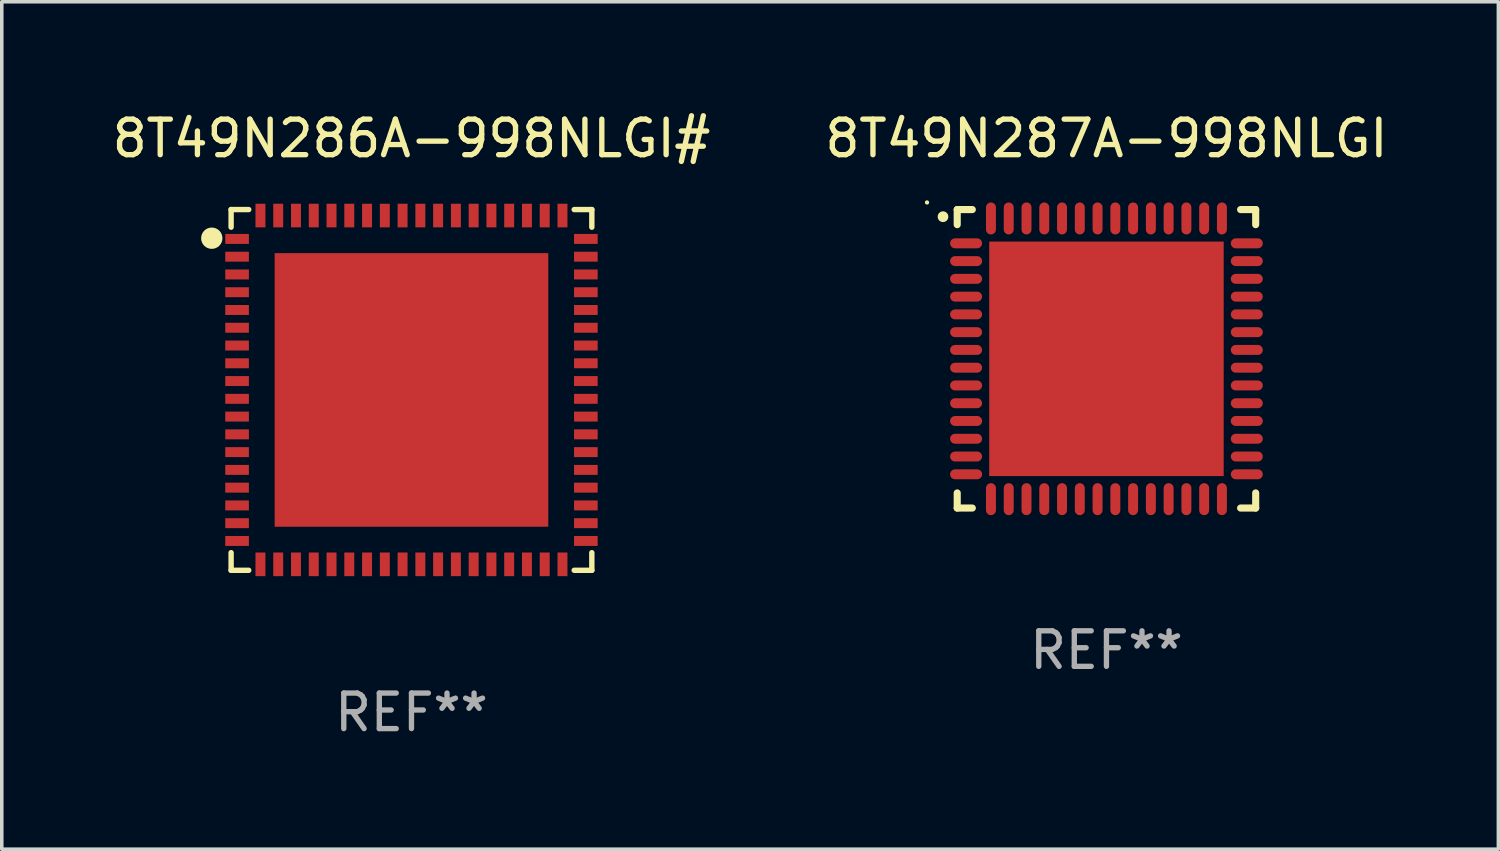
<source format=kicad_pcb>
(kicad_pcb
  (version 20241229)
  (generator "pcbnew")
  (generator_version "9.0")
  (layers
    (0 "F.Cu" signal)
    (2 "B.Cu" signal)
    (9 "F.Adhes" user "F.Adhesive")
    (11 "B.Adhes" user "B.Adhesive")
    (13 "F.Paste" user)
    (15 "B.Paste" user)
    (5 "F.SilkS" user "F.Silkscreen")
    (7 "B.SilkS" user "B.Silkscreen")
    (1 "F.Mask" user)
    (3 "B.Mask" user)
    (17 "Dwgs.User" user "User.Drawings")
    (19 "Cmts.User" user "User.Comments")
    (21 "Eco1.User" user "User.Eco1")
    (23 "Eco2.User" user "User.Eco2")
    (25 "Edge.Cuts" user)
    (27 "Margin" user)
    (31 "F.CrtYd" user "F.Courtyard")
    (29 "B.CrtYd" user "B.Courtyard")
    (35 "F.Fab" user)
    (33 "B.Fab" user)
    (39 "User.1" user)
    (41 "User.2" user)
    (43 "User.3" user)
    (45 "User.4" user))
  (footprint "8T49N286A-998NLGI#"
    (layer "F.Cu")
    (at 8.53 7.924)
    (property "Reference" "8T49N286A-998NLGI#" (at 0 -7.076 0) (layer "F.SilkS") (effects (font (size 1 1) (thickness 0.15))))
    (attr through_hole)
    (fp_line (start -5.076 -5.076) (end -5.076 -4.58) (stroke (width 0.152) (type solid)) (layer "F.SilkS"))
    (fp_line (start -5.076 5.076) (end -5.076 4.58) (stroke (width 0.152) (type solid)) (layer "F.SilkS"))
    (fp_line (start -4.58 -5.076) (end -5.076 -5.076) (stroke (width 0.152) (type solid)) (layer "F.SilkS"))
    (fp_line (start -4.58 5.076) (end -5.076 5.076) (stroke (width 0.152) (type solid)) (layer "F.SilkS"))
    (fp_line (start 4.58 -5.076) (end 5.076 -5.076) (stroke (width 0.152) (type solid)) (layer "F.SilkS"))
    (fp_line (start 4.58 5.076) (end 5.076 5.076) (stroke (width 0.152) (type solid)) (layer "F.SilkS"))
    (fp_line (start 5.076 -5.076) (end 5.076 -4.58) (stroke (width 0.152) (type solid)) (layer "F.SilkS"))
    (fp_line (start 5.076 5.076) (end 5.076 4.58) (stroke (width 0.152) (type solid)) (layer "F.SilkS"))
    (fp_circle (center -5.62 -4.27) (end -5.47 -4.27) (stroke (width 0.3) (type solid)) (fill no) (layer "F.SilkS"))
    (fp_text user "REF**" (at 0 9.076 0) (layer "F.Fab") (effects (font (size 1 1) (thickness 0.15))))
    (pad "1" smd rect (at -4.908 -4.25 270) (size 0.28 0.665) (layers "F.Cu" "F.Mask" "F.Paste"))
    (pad "2" smd rect (at -4.908 -3.75 270) (size 0.28 0.665) (layers "F.Cu" "F.Mask" "F.Paste"))
    (pad "3" smd rect (at -4.908 -3.25 270) (size 0.28 0.665) (layers "F.Cu" "F.Mask" "F.Paste"))
    (pad "4" smd rect (at -4.908 -2.75 270) (size 0.28 0.665) (layers "F.Cu" "F.Mask" "F.Paste"))
    (pad "5" smd rect (at -4.908 -2.25 270) (size 0.28 0.665) (layers "F.Cu" "F.Mask" "F.Paste"))
    (pad "6" smd rect (at -4.908 -1.75 270) (size 0.28 0.665) (layers "F.Cu" "F.Mask" "F.Paste"))
    (pad "7" smd rect (at -4.908 -1.25 270) (size 0.28 0.665) (layers "F.Cu" "F.Mask" "F.Paste"))
    (pad "8" smd rect (at -4.908 -0.75 270) (size 0.28 0.665) (layers "F.Cu" "F.Mask" "F.Paste"))
    (pad "9" smd rect (at -4.908 -0.25 270) (size 0.28 0.665) (layers "F.Cu" "F.Mask" "F.Paste"))
    (pad "10" smd rect (at -4.908 0.25 270) (size 0.28 0.665) (layers "F.Cu" "F.Mask" "F.Paste"))
    (pad "11" smd rect (at -4.908 0.75 270) (size 0.28 0.665) (layers "F.Cu" "F.Mask" "F.Paste"))
    (pad "12" smd rect (at -4.908 1.25 270) (size 0.28 0.665) (layers "F.Cu" "F.Mask" "F.Paste"))
    (pad "13" smd rect (at -4.908 1.75 270) (size 0.28 0.665) (layers "F.Cu" "F.Mask" "F.Paste"))
    (pad "14" smd rect (at -4.908 2.25 270) (size 0.28 0.665) (layers "F.Cu" "F.Mask" "F.Paste"))
    (pad "15" smd rect (at -4.908 2.75 270) (size 0.28 0.665) (layers "F.Cu" "F.Mask" "F.Paste"))
    (pad "16" smd rect (at -4.908 3.25 270) (size 0.28 0.665) (layers "F.Cu" "F.Mask" "F.Paste"))
    (pad "17" smd rect (at -4.908 3.75 270) (size 0.28 0.665) (layers "F.Cu" "F.Mask" "F.Paste"))
    (pad "18" smd rect (at -4.908 4.25 270) (size 0.28 0.665) (layers "F.Cu" "F.Mask" "F.Paste"))
    (pad "19" smd rect (at -4.25 4.908 270) (size 0.665 0.28) (layers "F.Cu" "F.Mask" "F.Paste"))
    (pad "20" smd rect (at -3.75 4.908 270) (size 0.665 0.28) (layers "F.Cu" "F.Mask" "F.Paste"))
    (pad "21" smd rect (at -3.25 4.908 270) (size 0.665 0.28) (layers "F.Cu" "F.Mask" "F.Paste"))
    (pad "22" smd rect (at -2.75 4.908 270) (size 0.665 0.28) (layers "F.Cu" "F.Mask" "F.Paste"))
    (pad "23" smd rect (at -2.25 4.908 270) (size 0.665 0.28) (layers "F.Cu" "F.Mask" "F.Paste"))
    (pad "24" smd rect (at -1.75 4.908 270) (size 0.665 0.28) (layers "F.Cu" "F.Mask" "F.Paste"))
    (pad "25" smd rect (at -1.25 4.908 270) (size 0.665 0.28) (layers "F.Cu" "F.Mask" "F.Paste"))
    (pad "26" smd rect (at -0.75 4.908 270) (size 0.665 0.28) (layers "F.Cu" "F.Mask" "F.Paste"))
    (pad "27" smd rect (at -0.25 4.908 270) (size 0.665 0.28) (layers "F.Cu" "F.Mask" "F.Paste"))
    (pad "28" smd rect (at 0.25 4.908 270) (size 0.665 0.28) (layers "F.Cu" "F.Mask" "F.Paste"))
    (pad "29" smd rect (at 0.75 4.908 270) (size 0.665 0.28) (layers "F.Cu" "F.Mask" "F.Paste"))
    (pad "30" smd rect (at 1.25 4.908 270) (size 0.665 0.28) (layers "F.Cu" "F.Mask" "F.Paste"))
    (pad "31" smd rect (at 1.75 4.908 270) (size 0.665 0.28) (layers "F.Cu" "F.Mask" "F.Paste"))
    (pad "32" smd rect (at 2.25 4.908 270) (size 0.665 0.28) (layers "F.Cu" "F.Mask" "F.Paste"))
    (pad "33" smd rect (at 2.75 4.908 270) (size 0.665 0.28) (layers "F.Cu" "F.Mask" "F.Paste"))
    (pad "34" smd rect (at 3.25 4.908 270) (size 0.665 0.28) (layers "F.Cu" "F.Mask" "F.Paste"))
    (pad "35" smd rect (at 3.75 4.908 270) (size 0.665 0.28) (layers "F.Cu" "F.Mask" "F.Paste"))
    (pad "36" smd rect (at 4.25 4.908 270) (size 0.665 0.28) (layers "F.Cu" "F.Mask" "F.Paste"))
    (pad "37" smd rect (at 4.908 4.25 270) (size 0.28 0.665) (layers "F.Cu" "F.Mask" "F.Paste"))
    (pad "38" smd rect (at 4.908 3.75 270) (size 0.28 0.665) (layers "F.Cu" "F.Mask" "F.Paste"))
    (pad "39" smd rect (at 4.908 3.25 270) (size 0.28 0.665) (layers "F.Cu" "F.Mask" "F.Paste"))
    (pad "40" smd rect (at 4.908 2.75 270) (size 0.28 0.665) (layers "F.Cu" "F.Mask" "F.Paste"))
    (pad "41" smd rect (at 4.908 2.25 270) (size 0.28 0.665) (layers "F.Cu" "F.Mask" "F.Paste"))
    (pad "42" smd rect (at 4.908 1.75 270) (size 0.28 0.665) (layers "F.Cu" "F.Mask" "F.Paste"))
    (pad "43" smd rect (at 4.908 1.25 270) (size 0.28 0.665) (layers "F.Cu" "F.Mask" "F.Paste"))
    (pad "44" smd rect (at 4.908 0.75 270) (size 0.28 0.665) (layers "F.Cu" "F.Mask" "F.Paste"))
    (pad "45" smd rect (at 4.908 0.25 270) (size 0.28 0.665) (layers "F.Cu" "F.Mask" "F.Paste"))
    (pad "46" smd rect (at 4.908 -0.25 270) (size 0.28 0.665) (layers "F.Cu" "F.Mask" "F.Paste"))
    (pad "47" smd rect (at 4.908 -0.75 270) (size 0.28 0.665) (layers "F.Cu" "F.Mask" "F.Paste"))
    (pad "48" smd rect (at 4.908 -1.25 270) (size 0.28 0.665) (layers "F.Cu" "F.Mask" "F.Paste"))
    (pad "49" smd rect (at 4.908 -1.75 270) (size 0.28 0.665) (layers "F.Cu" "F.Mask" "F.Paste"))
    (pad "50" smd rect (at 4.908 -2.25 270) (size 0.28 0.665) (layers "F.Cu" "F.Mask" "F.Paste"))
    (pad "51" smd rect (at 4.908 -2.75 270) (size 0.28 0.665) (layers "F.Cu" "F.Mask" "F.Paste"))
    (pad "52" smd rect (at 4.908 -3.25 270) (size 0.28 0.665) (layers "F.Cu" "F.Mask" "F.Paste"))
    (pad "53" smd rect (at 4.908 -3.75 270) (size 0.28 0.665) (layers "F.Cu" "F.Mask" "F.Paste"))
    (pad "54" smd rect (at 4.908 -4.25 270) (size 0.28 0.665) (layers "F.Cu" "F.Mask" "F.Paste"))
    (pad "55" smd rect (at 4.25 -4.908 270) (size 0.665 0.28) (layers "F.Cu" "F.Mask" "F.Paste"))
    (pad "56" smd rect (at 3.75 -4.908 270) (size 0.665 0.28) (layers "F.Cu" "F.Mask" "F.Paste"))
    (pad "57" smd rect (at 3.25 -4.908 270) (size 0.665 0.28) (layers "F.Cu" "F.Mask" "F.Paste"))
    (pad "58" smd rect (at 2.75 -4.908 270) (size 0.665 0.28) (layers "F.Cu" "F.Mask" "F.Paste"))
    (pad "59" smd rect (at 2.25 -4.908 270) (size 0.665 0.28) (layers "F.Cu" "F.Mask" "F.Paste"))
    (pad "60" smd rect (at 1.75 -4.908 270) (size 0.665 0.28) (layers "F.Cu" "F.Mask" "F.Paste"))
    (pad "61" smd rect (at 1.25 -4.908 270) (size 0.665 0.28) (layers "F.Cu" "F.Mask" "F.Paste"))
    (pad "62" smd rect (at 0.75 -4.908 270) (size 0.665 0.28) (layers "F.Cu" "F.Mask" "F.Paste"))
    (pad "63" smd rect (at 0.25 -4.908 270) (size 0.665 0.28) (layers "F.Cu" "F.Mask" "F.Paste"))
    (pad "64" smd rect (at -0.25 -4.908 270) (size 0.665 0.28) (layers "F.Cu" "F.Mask" "F.Paste"))
    (pad "65" smd rect (at -0.75 -4.908 270) (size 0.665 0.28) (layers "F.Cu" "F.Mask" "F.Paste"))
    (pad "66" smd rect (at -1.25 -4.908 270) (size 0.665 0.28) (layers "F.Cu" "F.Mask" "F.Paste"))
    (pad "67" smd rect (at -1.75 -4.908 270) (size 0.665 0.28) (layers "F.Cu" "F.Mask" "F.Paste"))
    (pad "68" smd rect (at -2.25 -4.908 270) (size 0.665 0.28) (layers "F.Cu" "F.Mask" "F.Paste"))
    (pad "69" smd rect (at -2.75 -4.908 270) (size 0.665 0.28) (layers "F.Cu" "F.Mask" "F.Paste"))
    (pad "70" smd rect (at -3.25 -4.908 270) (size 0.665 0.28) (layers "F.Cu" "F.Mask" "F.Paste"))
    (pad "71" smd rect (at -3.75 -4.908 270) (size 0.665 0.28) (layers "F.Cu" "F.Mask" "F.Paste"))
    (pad "72" smd rect (at -4.25 -4.908 270) (size 0.665 0.28) (layers "F.Cu" "F.Mask" "F.Paste"))
    (pad "73" smd rect (at 0 0 270) (size 7.7 7.7) (layers "F.Cu" "F.Mask" "F.Paste")))
  (footprint "8T49N287A-998NLGI"
    (layer "F.Cu")
    (at 28.089 7.048)
    (property "Reference" "8T49N287A-998NLGI" (at 0 -6.2 0) (layer "F.SilkS") (effects (font (size 1 1) (thickness 0.15))))
    (attr through_hole)
    (fp_line (start -4.2 -4.2) (end -3.775 -4.2) (stroke (width 0.2) (type solid)) (layer "F.SilkS"))
    (fp_line (start -4.2 -3.775) (end -4.2 -4.2) (stroke (width 0.2) (type solid)) (layer "F.SilkS"))
    (fp_line (start -4.2 3.775) (end -4.2 4.2) (stroke (width 0.2) (type solid)) (layer "F.SilkS"))
    (fp_line (start -4.2 4.2) (end -3.775 4.2) (stroke (width 0.2) (type solid)) (layer "F.SilkS"))
    (fp_line (start 3.775 4.2) (end 4.2 4.2) (stroke (width 0.2) (type solid)) (layer "F.SilkS"))
    (fp_line (start 4.2 -4.2) (end 3.775 -4.2) (stroke (width 0.2) (type solid)) (layer "F.SilkS"))
    (fp_line (start 4.2 -3.775) (end 4.2 -4.2) (stroke (width 0.2) (type solid)) (layer "F.SilkS"))
    (fp_line (start 4.2 4.2) (end 4.2 3.775) (stroke (width 0.2) (type solid)) (layer "F.SilkS"))
    (fp_arc (start -4.599949 -3.997968) (mid -4.599954 -3.999238) (end -4.599949 -4.000508) (stroke (width 0.3) (type solid)) (layer "F.SilkS"))
    (fp_circle (center -5.05 -4.4) (end -5.02 -4.4) (stroke (width 0.06) (type solid)) (fill no) (layer "F.SilkS"))
    (fp_text user "REF**" (at 0 8.2 0) (layer "F.Fab") (effects (font (size 1 1) (thickness 0.15))))
    (pad "1" smd oval (at -3.95 -3.25 90) (size 0.28 0.9) (layers "F.Cu" "F.Mask" "F.Paste"))
    (pad "2" smd oval (at -3.95 -2.75 90) (size 0.28 0.9) (layers "F.Cu" "F.Mask" "F.Paste"))
    (pad "3" smd oval (at -3.95 -2.25 90) (size 0.28 0.9) (layers "F.Cu" "F.Mask" "F.Paste"))
    (pad "4" smd oval (at -3.95 -1.75 90) (size 0.28 0.9) (layers "F.Cu" "F.Mask" "F.Paste"))
    (pad "5" smd oval (at -3.95 -1.25 90) (size 0.28 0.9) (layers "F.Cu" "F.Mask" "F.Paste"))
    (pad "6" smd oval (at -3.95 -0.75 90) (size 0.28 0.9) (layers "F.Cu" "F.Mask" "F.Paste"))
    (pad "7" smd oval (at -3.95 -0.25 90) (size 0.28 0.9) (layers "F.Cu" "F.Mask" "F.Paste"))
    (pad "8" smd oval (at -3.95 0.25 90) (size 0.28 0.9) (layers "F.Cu" "F.Mask" "F.Paste"))
    (pad "9" smd oval (at -3.95 0.75 90) (size 0.28 0.9) (layers "F.Cu" "F.Mask" "F.Paste"))
    (pad "10" smd oval (at -3.95 1.25 90) (size 0.28 0.9) (layers "F.Cu" "F.Mask" "F.Paste"))
    (pad "11" smd oval (at -3.95 1.75 90) (size 0.28 0.9) (layers "F.Cu" "F.Mask" "F.Paste"))
    (pad "12" smd oval (at -3.95 2.25 90) (size 0.28 0.9) (layers "F.Cu" "F.Mask" "F.Paste"))
    (pad "13" smd oval (at -3.95 2.75 90) (size 0.28 0.9) (layers "F.Cu" "F.Mask" "F.Paste"))
    (pad "14" smd oval (at -3.95 3.25 90) (size 0.28 0.9) (layers "F.Cu" "F.Mask" "F.Paste"))
    (pad "15" smd oval (at -3.25 3.95) (size 0.28 0.9) (layers "F.Cu" "F.Mask" "F.Paste"))
    (pad "16" smd oval (at -2.75 3.95) (size 0.28 0.9) (layers "F.Cu" "F.Mask" "F.Paste"))
    (pad "17" smd oval (at -2.25 3.95) (size 0.28 0.9) (layers "F.Cu" "F.Mask" "F.Paste"))
    (pad "18" smd oval (at -1.75 3.95) (size 0.28 0.9) (layers "F.Cu" "F.Mask" "F.Paste"))
    (pad "19" smd oval (at -1.25 3.95) (size 0.28 0.9) (layers "F.Cu" "F.Mask" "F.Paste"))
    (pad "20" smd oval (at -0.75 3.95) (size 0.28 0.9) (layers "F.Cu" "F.Mask" "F.Paste"))
    (pad "21" smd oval (at -0.25 3.95) (size 0.28 0.9) (layers "F.Cu" "F.Mask" "F.Paste"))
    (pad "22" smd oval (at 0.25 3.95) (size 0.28 0.9) (layers "F.Cu" "F.Mask" "F.Paste"))
    (pad "23" smd oval (at 0.75 3.95) (size 0.28 0.9) (layers "F.Cu" "F.Mask" "F.Paste"))
    (pad "24" smd oval (at 1.25 3.95) (size 0.28 0.9) (layers "F.Cu" "F.Mask" "F.Paste"))
    (pad "25" smd oval (at 1.75 3.95) (size 0.28 0.9) (layers "F.Cu" "F.Mask" "F.Paste"))
    (pad "26" smd oval (at 2.25 3.95) (size 0.28 0.9) (layers "F.Cu" "F.Mask" "F.Paste"))
    (pad "27" smd oval (at 2.75 3.95) (size 0.28 0.9) (layers "F.Cu" "F.Mask" "F.Paste"))
    (pad "28" smd oval (at 3.25 3.95) (size 0.28 0.9) (layers "F.Cu" "F.Mask" "F.Paste"))
    (pad "29" smd oval (at 3.95 3.25 90) (size 0.28 0.9) (layers "F.Cu" "F.Mask" "F.Paste"))
    (pad "30" smd oval (at 3.95 2.75 90) (size 0.28 0.9) (layers "F.Cu" "F.Mask" "F.Paste"))
    (pad "31" smd oval (at 3.95 2.25 90) (size 0.28 0.9) (layers "F.Cu" "F.Mask" "F.Paste"))
    (pad "32" smd oval (at 3.95 1.75 90) (size 0.28 0.9) (layers "F.Cu" "F.Mask" "F.Paste"))
    (pad "33" smd oval (at 3.95 1.25 90) (size 0.28 0.9) (layers "F.Cu" "F.Mask" "F.Paste"))
    (pad "34" smd oval (at 3.95 0.75 90) (size 0.28 0.9) (layers "F.Cu" "F.Mask" "F.Paste"))
    (pad "35" smd oval (at 3.95 0.25 90) (size 0.28 0.9) (layers "F.Cu" "F.Mask" "F.Paste"))
    (pad "36" smd oval (at 3.95 -0.25 90) (size 0.28 0.9) (layers "F.Cu" "F.Mask" "F.Paste"))
    (pad "37" smd oval (at 3.95 -0.75 90) (size 0.28 0.9) (layers "F.Cu" "F.Mask" "F.Paste"))
    (pad "38" smd oval (at 3.95 -1.25 90) (size 0.28 0.9) (layers "F.Cu" "F.Mask" "F.Paste"))
    (pad "39" smd oval (at 3.95 -1.75 90) (size 0.28 0.9) (layers "F.Cu" "F.Mask" "F.Paste"))
    (pad "40" smd oval (at 3.95 -2.25 90) (size 0.28 0.9) (layers "F.Cu" "F.Mask" "F.Paste"))
    (pad "41" smd oval (at 3.95 -2.75 90) (size 0.28 0.9) (layers "F.Cu" "F.Mask" "F.Paste"))
    (pad "42" smd oval (at 3.95 -3.25 90) (size 0.28 0.9) (layers "F.Cu" "F.Mask" "F.Paste"))
    (pad "43" smd oval (at 3.25 -3.95) (size 0.28 0.9) (layers "F.Cu" "F.Mask" "F.Paste"))
    (pad "44" smd oval (at 2.75 -3.95) (size 0.28 0.9) (layers "F.Cu" "F.Mask" "F.Paste"))
    (pad "45" smd oval (at 2.25 -3.95) (size 0.28 0.9) (layers "F.Cu" "F.Mask" "F.Paste"))
    (pad "46" smd oval (at 1.75 -3.95) (size 0.28 0.9) (layers "F.Cu" "F.Mask" "F.Paste"))
    (pad "47" smd oval (at 1.25 -3.95) (size 0.28 0.9) (layers "F.Cu" "F.Mask" "F.Paste"))
    (pad "48" smd oval (at 0.75 -3.95) (size 0.28 0.9) (layers "F.Cu" "F.Mask" "F.Paste"))
    (pad "49" smd oval (at 0.25 -3.95) (size 0.28 0.9) (layers "F.Cu" "F.Mask" "F.Paste"))
    (pad "50" smd oval (at -0.25 -3.95) (size 0.28 0.9) (layers "F.Cu" "F.Mask" "F.Paste"))
    (pad "51" smd oval (at -0.75 -3.95) (size 0.28 0.9) (layers "F.Cu" "F.Mask" "F.Paste"))
    (pad "52" smd oval (at -1.25 -3.95) (size 0.28 0.9) (layers "F.Cu" "F.Mask" "F.Paste"))
    (pad "53" smd oval (at -1.75 -3.95) (size 0.28 0.9) (layers "F.Cu" "F.Mask" "F.Paste"))
    (pad "54" smd oval (at -2.25 -3.95) (size 0.28 0.9) (layers "F.Cu" "F.Mask" "F.Paste"))
    (pad "55" smd oval (at -2.75 -3.95) (size 0.28 0.9) (layers "F.Cu" "F.Mask" "F.Paste"))
    (pad "56" smd oval (at -3.25 -3.95) (size 0.28 0.9) (layers "F.Cu" "F.Mask" "F.Paste"))
    (pad "57" smd rect (at 0 0.000051) (size 6.6 6.6) (layers "F.Cu" "F.Mask" "F.Paste")))
  (gr_rect
    (start -3 -3)
    (end 39.119 20.849)
    (stroke (width 0.1) (type default))
    (fill no)
    (layer "Edge.Cuts")))
</source>
